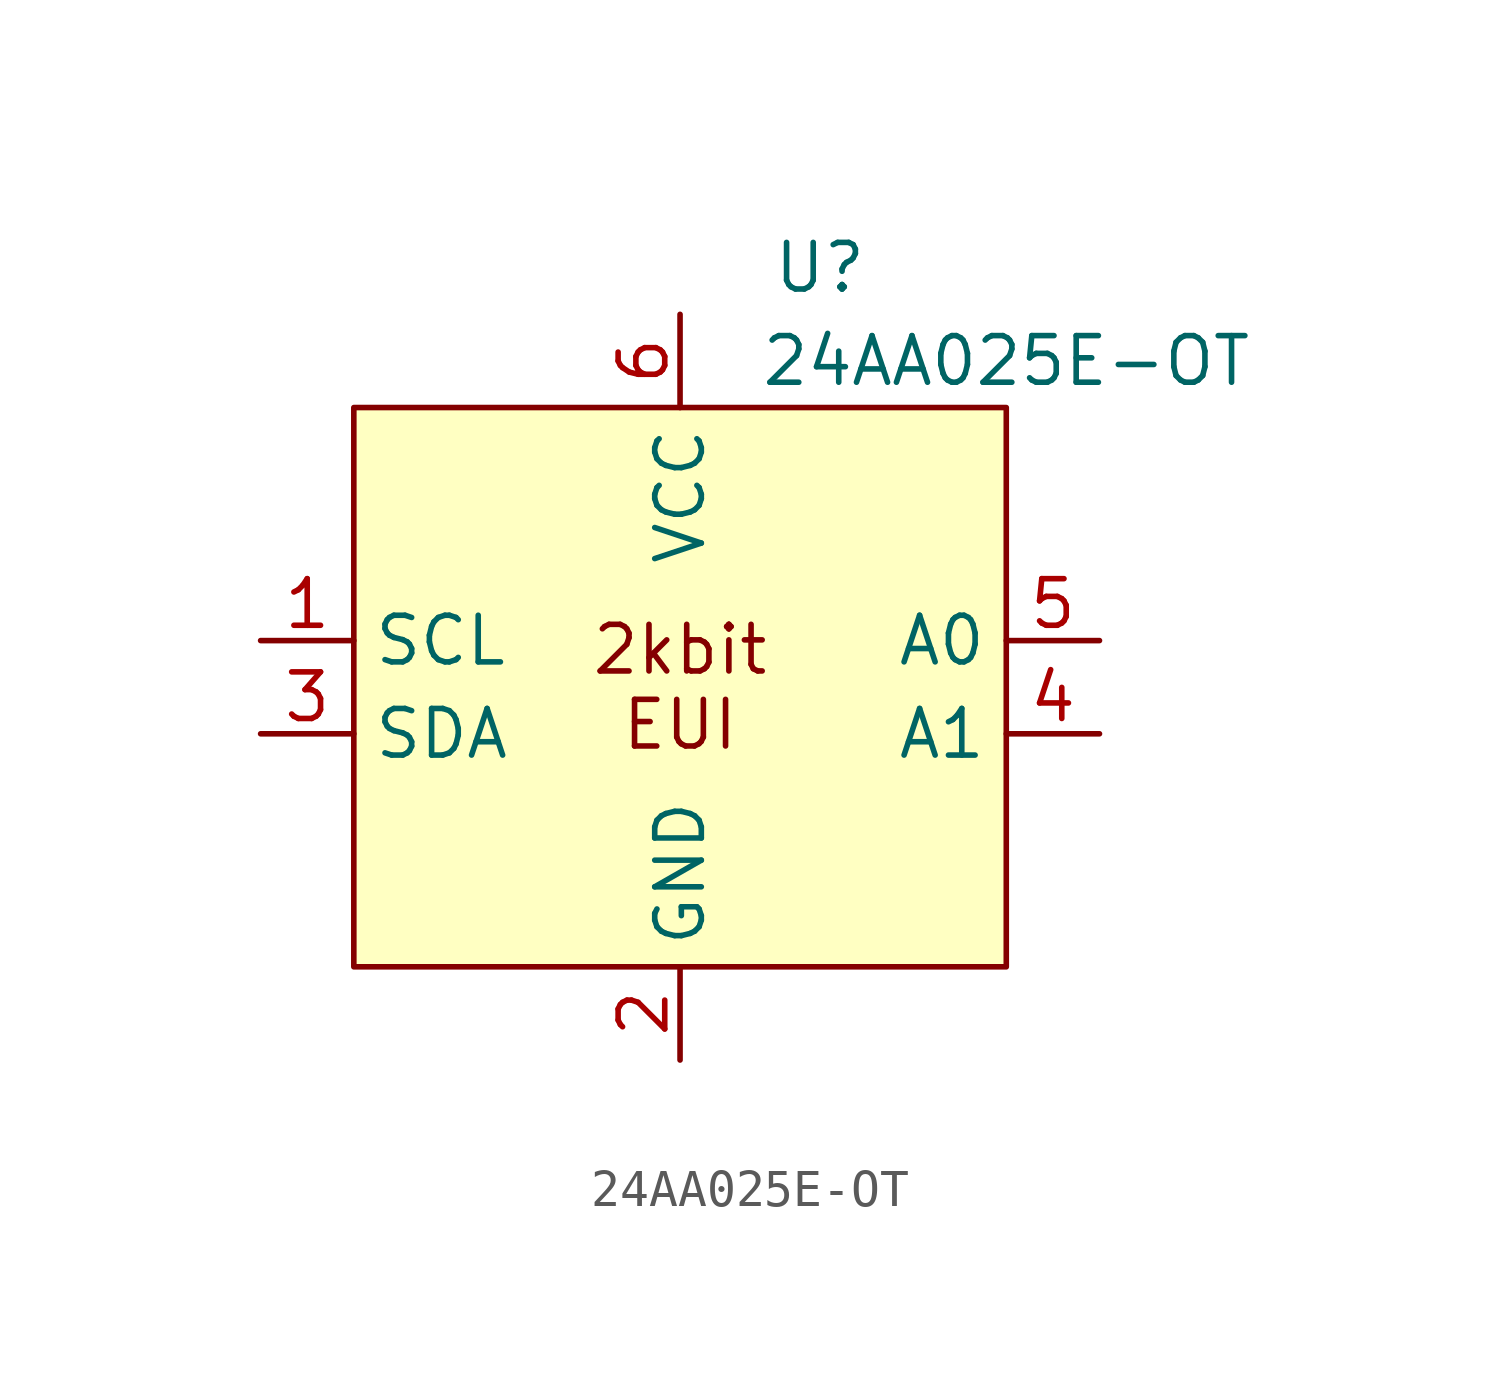
<source format=kicad_sym>
(kicad_symbol_lib
  (version 20220914)
  (generator kicad_symbol_editor)
  (symbol "24AA025E-OT"
    (property "Reference" "U"
      (at 3.81 19.05 0)
      (effects (font (size 1.27 1.27))))
    (property "Value" "24AA025E-OT"
      (at 8.89 16.51 0)
      (effects (font (size 1.27 1.27))))
    (symbol "24AA025E-OT_0_1"
      (rectangle (start -8.89 15.24) (end 8.89 0) (stroke (width 0) (type default)) (fill (type background)))
      (text "2kbit\nEUI" (at 0 7.62 0) (effects (font (size 1.27 1.27)))))
    (symbol "24AA025E-OT_1_1"
      (pin input line (at -11.43 8.89 0) (length 2.54) (name "SCL" (effects (font (size 1.27 1.27)))) (number "1" (effects (font (size 1.27 1.27)))))
      (pin power_in line (at 0 -2.54 90) (length 2.54) (name "GND" (effects (font (size 1.27 1.27)))) (number "2" (effects (font (size 1.27 1.27)))))
      (pin bidirectional line (at -11.43 6.35 0) (length 2.54) (name "SDA" (effects (font (size 1.27 1.27)))) (number "3" (effects (font (size 1.27 1.27)))))
      (pin input line (at 11.43 6.35 180) (length 2.54) (name "A1" (effects (font (size 1.27 1.27)))) (number "4" (effects (font (size 1.27 1.27)))))
      (pin input line (at 11.43 8.89 180) (length 2.54) (name "A0" (effects (font (size 1.27 1.27)))) (number "5" (effects (font (size 1.27 1.27)))))
      (pin power_in line (at 0 17.78 270) (length 2.54) (name "VCC" (effects (font (size 1.27 1.27)))) (number "6" (effects (font (size 1.27 1.27))))))))
</source>
